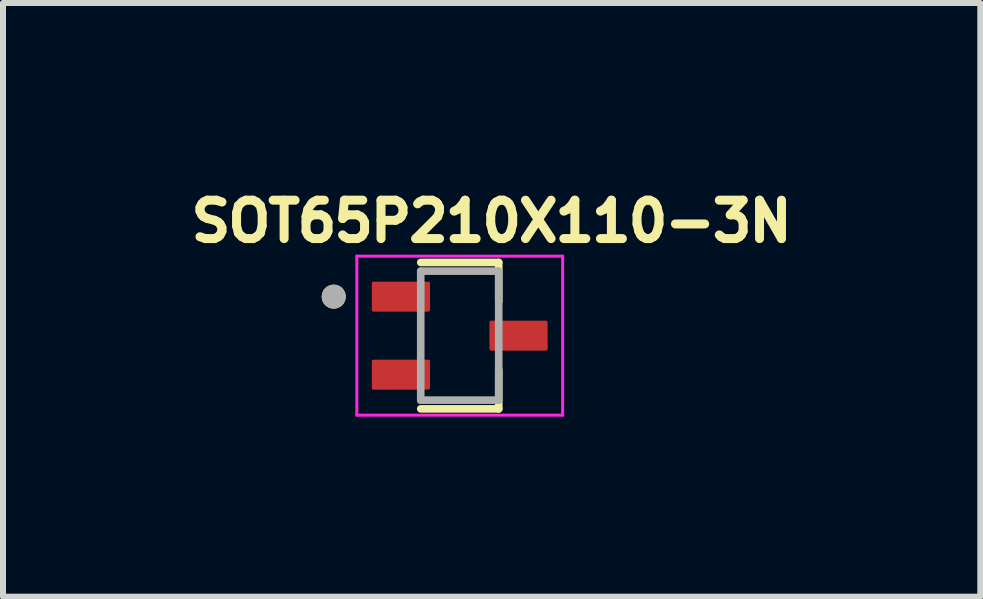
<source format=kicad_pcb>
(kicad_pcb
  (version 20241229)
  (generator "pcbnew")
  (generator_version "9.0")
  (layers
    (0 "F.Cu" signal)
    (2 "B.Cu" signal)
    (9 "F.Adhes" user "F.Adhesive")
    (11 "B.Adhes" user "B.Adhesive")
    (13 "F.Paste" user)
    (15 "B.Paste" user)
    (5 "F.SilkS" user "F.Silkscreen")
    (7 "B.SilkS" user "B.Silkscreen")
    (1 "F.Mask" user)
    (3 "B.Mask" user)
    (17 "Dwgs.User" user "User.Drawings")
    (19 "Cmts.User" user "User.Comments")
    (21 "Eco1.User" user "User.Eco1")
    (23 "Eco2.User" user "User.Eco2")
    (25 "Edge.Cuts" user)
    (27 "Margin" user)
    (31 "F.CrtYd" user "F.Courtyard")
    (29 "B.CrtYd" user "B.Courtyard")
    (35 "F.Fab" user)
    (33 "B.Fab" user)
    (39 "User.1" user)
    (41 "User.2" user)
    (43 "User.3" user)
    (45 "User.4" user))
  (footprint "SOT65P210X110-3N"
    (layer "F.Cu")
    (at 4.612 2.544)
    (property "Reference" "SOT65P210X110-3N" (at 0.532 -1.906 0) (layer "F.SilkS") (effects (font (size 0.64 0.64) (thickness 0.15))))
    (attr through_hole)
    (fp_line (start -0.65 -1.22) (end 0.65 -1.22) (stroke (width 0.127) (type solid)) (layer "F.SilkS"))
    (fp_line (start -0.65 1.22) (end 0.65 1.22) (stroke (width 0.127) (type solid)) (layer "F.SilkS"))
    (fp_line (start 0.65 -1.22) (end 0.65 -0.57) (stroke (width 0.127) (type solid)) (layer "F.SilkS"))
    (fp_line (start 0.65 1.22) (end 0.65 0.57) (stroke (width 0.127) (type solid)) (layer "F.SilkS"))
    (fp_circle (center -2.1 -0.65) (end -2 -0.65) (stroke (width 0.2) (type solid)) (fill no) (layer "F.SilkS"))
    (fp_line (start -1.715 -1.325) (end 1.715 -1.325) (stroke (width 0.05) (type solid)) (layer "F.CrtYd"))
    (fp_line (start -1.715 1.325) (end -1.715 -1.325) (stroke (width 0.05) (type solid)) (layer "F.CrtYd"))
    (fp_line (start 1.715 1.325) (end -1.715 1.325) (stroke (width 0.05) (type solid)) (layer "F.CrtYd"))
    (fp_line (start 1.715 1.325) (end 1.715 -1.325) (stroke (width 0.05) (type solid)) (layer "F.CrtYd"))
    (fp_line (start -0.65 -1.075) (end 0.65 -1.075) (stroke (width 0.127) (type solid)) (layer "F.Fab"))
    (fp_line (start -0.65 1.075) (end -0.65 -1.075) (stroke (width 0.127) (type solid)) (layer "F.Fab"))
    (fp_line (start 0.65 -1.075) (end 0.65 1.075) (stroke (width 0.127) (type solid)) (layer "F.Fab"))
    (fp_line (start 0.65 1.075) (end -0.65 1.075) (stroke (width 0.127) (type solid)) (layer "F.Fab"))
    (fp_circle (center -2.1 -0.65) (end -2 -0.65) (stroke (width 0.2) (type solid)) (fill no) (layer "F.Fab"))
    (pad "1" smd roundrect (at -0.98 -0.65) (size 0.97 0.5) (layers "F.Cu" "F.Mask" "F.Paste") (roundrect_rratio 0.06))
    (pad "2" smd roundrect (at -0.98 0.65) (size 0.97 0.5) (layers "F.Cu" "F.Mask" "F.Paste") (roundrect_rratio 0.06))
    (pad "3" smd roundrect (at 0.98 0) (size 0.97 0.5) (layers "F.Cu" "F.Mask" "F.Paste") (roundrect_rratio 0.06)))
  (gr_rect
    (start -3 -3)
    (end 13.288 6.894)
    (stroke (width 0.1) (type default))
    (fill no)
    (layer "Edge.Cuts")))
</source>
